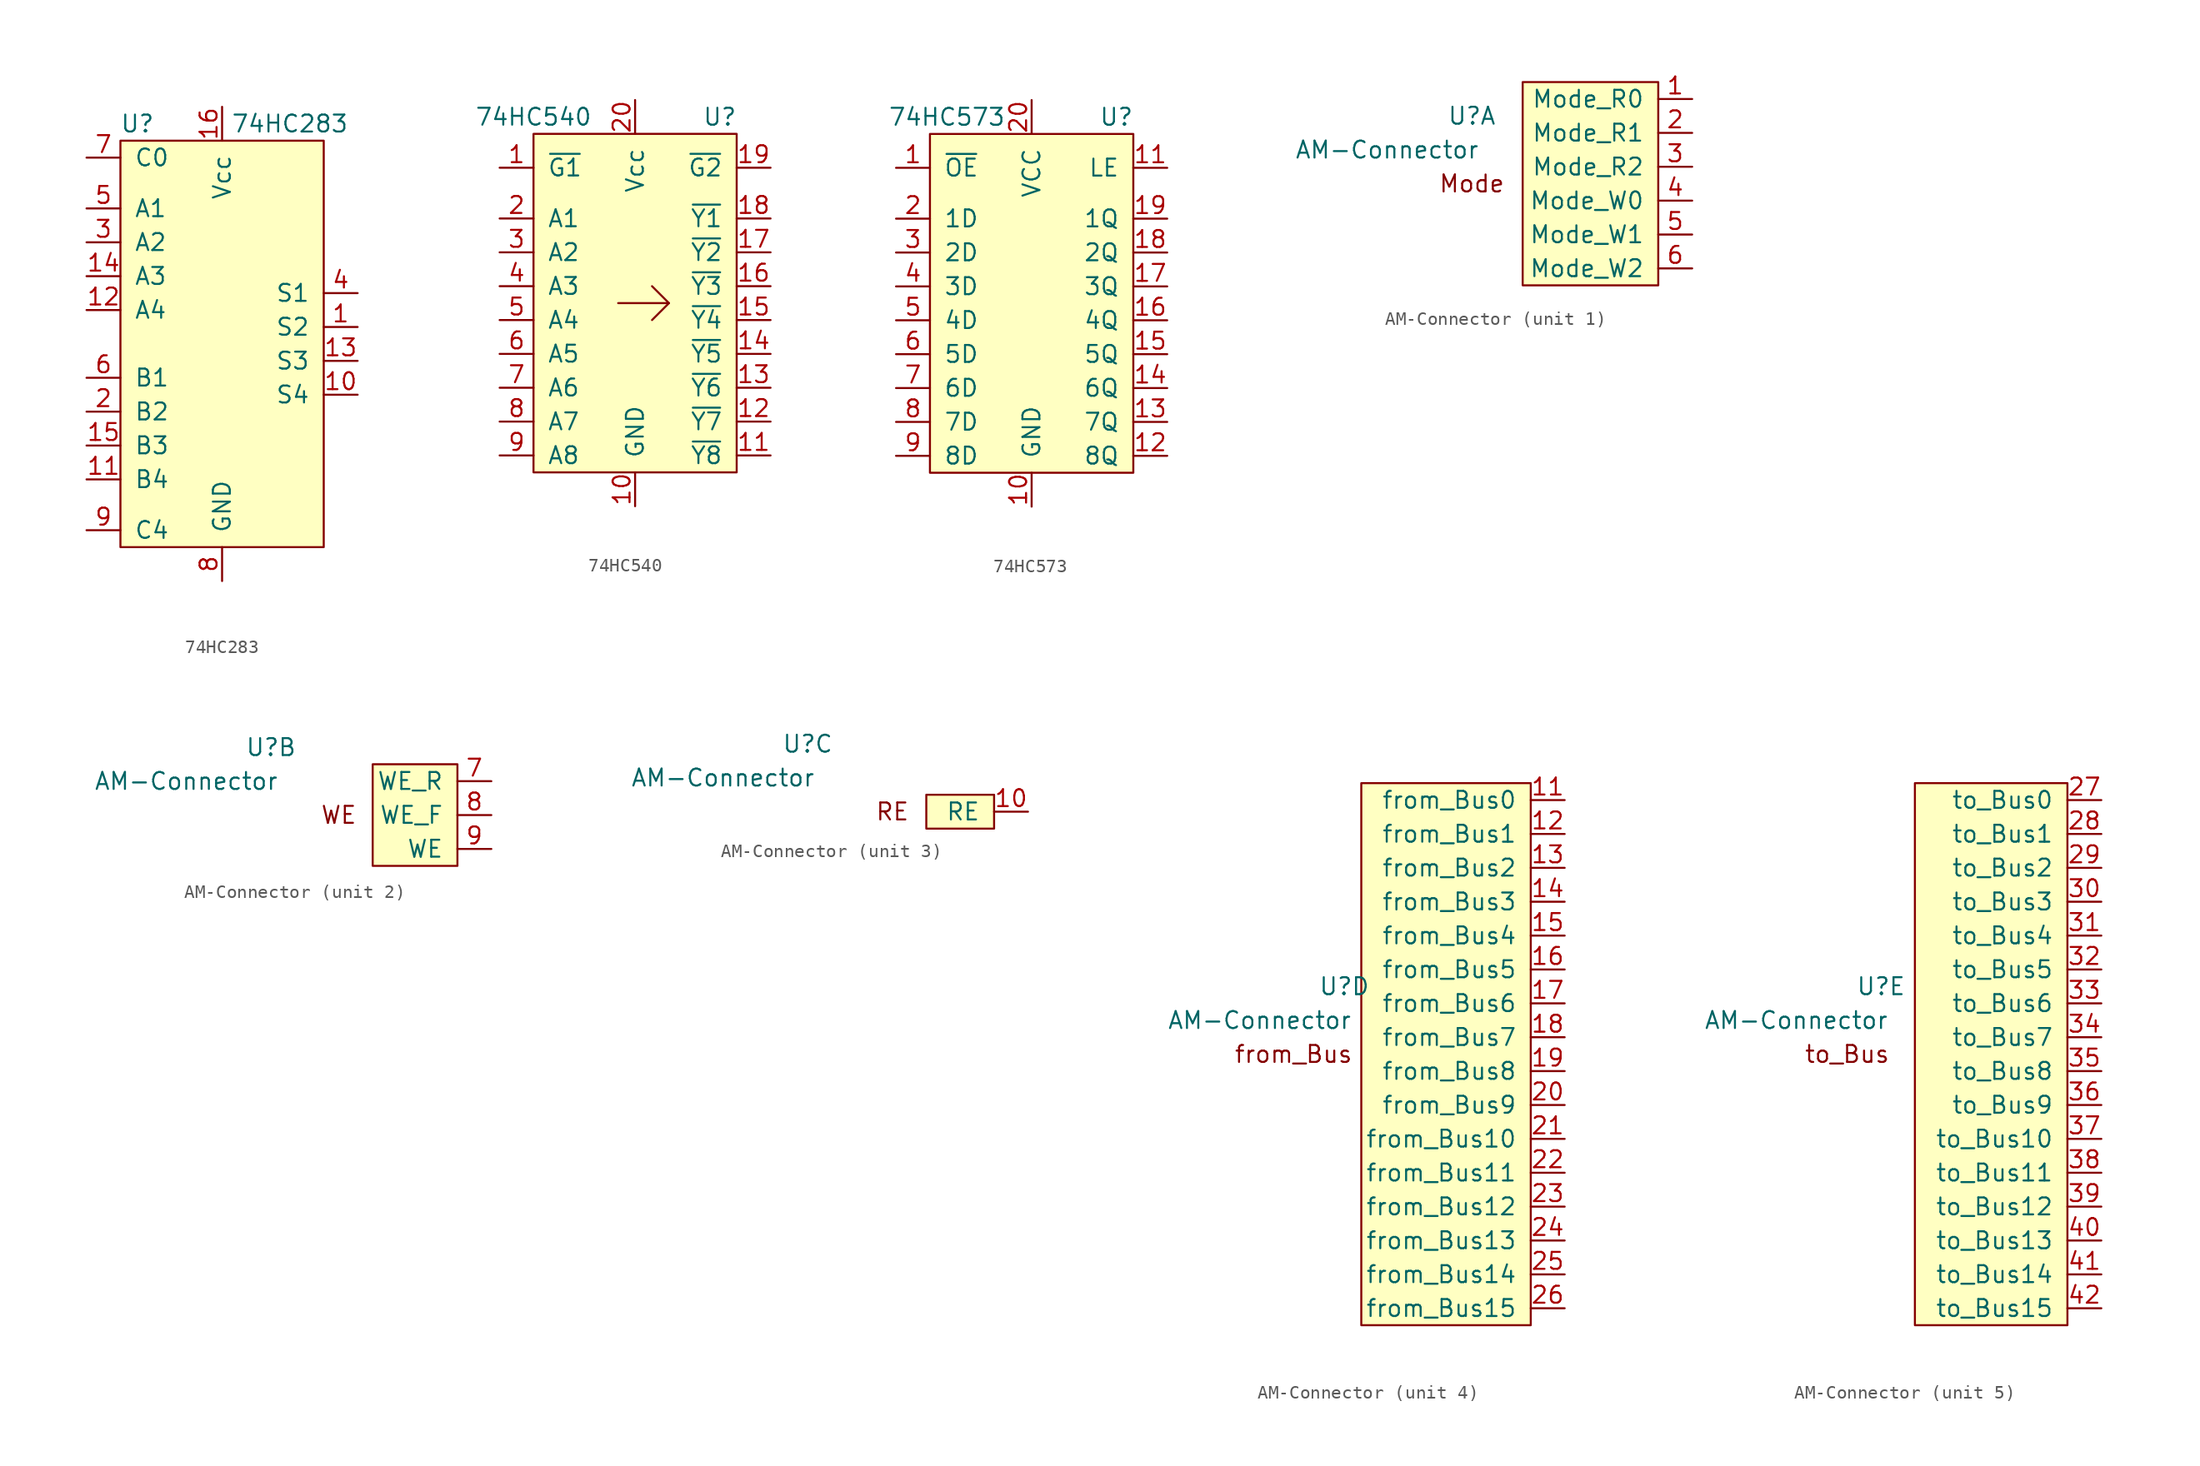
<source format=kicad_sym>
(kicad_symbol_lib
  (version 20211014)
  (generator kicad_symbol_editor)
  (symbol "74HC283"
    (pin_names
      (offset 1.016))
    (property "Reference" "U"
      (at -6.35 16.51 0)
      (effects (font (size 1.27 1.27))))
    (property "Value" "74HC283"
      (at 5.08 16.51 0)
      (effects (font (size 1.27 1.27))))
    (symbol "74HC283_0_0"
      (pin output line (at 10.16 1.27 180) (length 2.54) (name "S2" (effects (font (size 1.27 1.27)))) (number "1" (effects (font (size 1.27 1.27)))))
      (pin output line (at 10.16 -3.81 180) (length 2.54) (name "S4" (effects (font (size 1.27 1.27)))) (number "10" (effects (font (size 1.27 1.27)))))
      (pin input line (at -10.16 -10.16 0) (length 2.54) (name "B4" (effects (font (size 1.27 1.27)))) (number "11" (effects (font (size 1.27 1.27)))))
      (pin input line (at -10.16 2.54 0) (length 2.54) (name "A4" (effects (font (size 1.27 1.27)))) (number "12" (effects (font (size 1.27 1.27)))))
      (pin output line (at 10.16 -1.27 180) (length 2.54) (name "S3" (effects (font (size 1.27 1.27)))) (number "13" (effects (font (size 1.27 1.27)))))
      (pin input line (at -10.16 5.08 0) (length 2.54) (name "A3" (effects (font (size 1.27 1.27)))) (number "14" (effects (font (size 1.27 1.27)))))
      (pin input line (at -10.16 -7.62 0) (length 2.54) (name "B3" (effects (font (size 1.27 1.27)))) (number "15" (effects (font (size 1.27 1.27)))))
      (pin power_in line (at 0 17.78 270) (length 2.54) (name "Vcc" (effects (font (size 1.27 1.27)))) (number "16" (effects (font (size 1.27 1.27)))))
      (pin input line (at -10.16 -5.08 0) (length 2.54) (name "B2" (effects (font (size 1.27 1.27)))) (number "2" (effects (font (size 1.27 1.27)))))
      (pin input line (at -10.16 7.62 0) (length 2.54) (name "A2" (effects (font (size 1.27 1.27)))) (number "3" (effects (font (size 1.27 1.27)))))
      (pin output line (at 10.16 3.81 180) (length 2.54) (name "S1" (effects (font (size 1.27 1.27)))) (number "4" (effects (font (size 1.27 1.27)))))
      (pin input line (at -10.16 10.16 0) (length 2.54) (name "A1" (effects (font (size 1.27 1.27)))) (number "5" (effects (font (size 1.27 1.27)))))
      (pin input line (at -10.16 -2.54 0) (length 2.54) (name "B1" (effects (font (size 1.27 1.27)))) (number "6" (effects (font (size 1.27 1.27)))))
      (pin input line (at -10.16 13.97 0) (length 2.54) (name "C0" (effects (font (size 1.27 1.27)))) (number "7" (effects (font (size 1.27 1.27)))))
      (pin power_in line (at 0 -17.78 90) (length 2.54) (name "GND" (effects (font (size 1.27 1.27)))) (number "8" (effects (font (size 1.27 1.27)))))
      (pin output line (at -10.16 -13.97 0) (length 2.54) (name "C4" (effects (font (size 1.27 1.27)))) (number "9" (effects (font (size 1.27 1.27))))))
    (symbol "74HC283_0_1"
      (rectangle (start -7.62 15.24) (end 7.62 -15.24) (stroke (width 0) (type default) (color 0 0 0 0)) (fill (type background)))))
  (symbol "74HC540"
    (pin_names
      (offset 1.016))
    (property "Reference" "U"
      (at 6.35 16.51 0)
      (effects (font (size 1.27 1.27))))
    (property "Value" "74HC540"
      (at -7.62 16.51 0)
      (effects (font (size 1.27 1.27))))
    (symbol "74HC540_0_1"
      (rectangle (start -7.62 -10.16) (end 7.62 15.24) (stroke (width 0) (type default) (color 0 0 0 0)) (fill (type background)))
      (polyline (pts (xy 2.54 2.54) (xy 1.27 1.27)) (stroke (width 0) (type default) (color 0 0 0 0)) (fill (type none)))
      (polyline (pts (xy -1.27 2.54) (xy 2.54 2.54) (xy 1.27 3.81)) (stroke (width 0) (type default) (color 0 0 0 0)) (fill (type none))))
    (symbol "74HC540_1_1"
      (pin input line (at -10.16 12.7 0) (length 2.54) (name "~{G1}" (effects (font (size 1.27 1.27)))) (number "1" (effects (font (size 1.27 1.27)))))
      (pin power_in line (at 0 -12.7 90) (length 2.54) (name "GND" (effects (font (size 1.27 1.27)))) (number "10" (effects (font (size 1.27 1.27)))))
      (pin tri_state line (at 10.16 -8.89 180) (length 2.54) (name "~{Y8}" (effects (font (size 1.27 1.27)))) (number "11" (effects (font (size 1.27 1.27)))))
      (pin tri_state line (at 10.16 -6.35 180) (length 2.54) (name "~{Y7}" (effects (font (size 1.27 1.27)))) (number "12" (effects (font (size 1.27 1.27)))))
      (pin tri_state line (at 10.16 -3.81 180) (length 2.54) (name "~{Y6}" (effects (font (size 1.27 1.27)))) (number "13" (effects (font (size 1.27 1.27)))))
      (pin tri_state line (at 10.16 -1.27 180) (length 2.54) (name "~{Y5}" (effects (font (size 1.27 1.27)))) (number "14" (effects (font (size 1.27 1.27)))))
      (pin tri_state line (at 10.16 1.27 180) (length 2.54) (name "~{Y4}" (effects (font (size 1.27 1.27)))) (number "15" (effects (font (size 1.27 1.27)))))
      (pin tri_state line (at 10.16 3.81 180) (length 2.54) (name "~{Y3}" (effects (font (size 1.27 1.27)))) (number "16" (effects (font (size 1.27 1.27)))))
      (pin tri_state line (at 10.16 6.35 180) (length 2.54) (name "~{Y2}" (effects (font (size 1.27 1.27)))) (number "17" (effects (font (size 1.27 1.27)))))
      (pin tri_state line (at 10.16 8.89 180) (length 2.54) (name "~{Y1}" (effects (font (size 1.27 1.27)))) (number "18" (effects (font (size 1.27 1.27)))))
      (pin input line (at 10.16 12.7 180) (length 2.54) (name "~{G2}" (effects (font (size 1.27 1.27)))) (number "19" (effects (font (size 1.27 1.27)))))
      (pin input line (at -10.16 8.89 0) (length 2.54) (name "A1" (effects (font (size 1.27 1.27)))) (number "2" (effects (font (size 1.27 1.27)))))
      (pin power_in line (at 0 17.78 270) (length 2.54) (name "Vcc" (effects (font (size 1.27 1.27)))) (number "20" (effects (font (size 1.27 1.27)))))
      (pin input line (at -10.16 6.35 0) (length 2.54) (name "A2" (effects (font (size 1.27 1.27)))) (number "3" (effects (font (size 1.27 1.27)))))
      (pin input line (at -10.16 3.81 0) (length 2.54) (name "A3" (effects (font (size 1.27 1.27)))) (number "4" (effects (font (size 1.27 1.27)))))
      (pin input line (at -10.16 1.27 0) (length 2.54) (name "A4" (effects (font (size 1.27 1.27)))) (number "5" (effects (font (size 1.27 1.27)))))
      (pin input line (at -10.16 -1.27 0) (length 2.54) (name "A5" (effects (font (size 1.27 1.27)))) (number "6" (effects (font (size 1.27 1.27)))))
      (pin input line (at -10.16 -3.81 0) (length 2.54) (name "A6" (effects (font (size 1.27 1.27)))) (number "7" (effects (font (size 1.27 1.27)))))
      (pin input line (at -10.16 -6.35 0) (length 2.54) (name "A7" (effects (font (size 1.27 1.27)))) (number "8" (effects (font (size 1.27 1.27)))))
      (pin input line (at -10.16 -8.89 0) (length 2.54) (name "A8" (effects (font (size 1.27 1.27)))) (number "9" (effects (font (size 1.27 1.27)))))))
  (symbol "74HC573"
    (pin_names
      (offset 1.016))
    (property "Reference" "U"
      (at 6.35 16.51 0)
      (effects (font (size 1.27 1.27))))
    (property "Value" "74HC573"
      (at -6.35 16.51 0)
      (effects (font (size 1.27 1.27))))
    (symbol "74HC573_0_1"
      (rectangle (start -7.62 -10.16) (end 7.62 15.24) (stroke (width 0) (type default) (color 0 0 0 0)) (fill (type background))))
    (symbol "74HC573_1_1"
      (pin input line (at -10.16 12.7 0) (length 2.54) (name "~{OE}" (effects (font (size 1.27 1.27)))) (number "1" (effects (font (size 1.27 1.27)))))
      (pin power_in line (at 0 -12.7 90) (length 2.54) (name "GND" (effects (font (size 1.27 1.27)))) (number "10" (effects (font (size 1.27 1.27)))))
      (pin input line (at 10.16 12.7 180) (length 2.54) (name "LE" (effects (font (size 1.27 1.27)))) (number "11" (effects (font (size 1.27 1.27)))))
      (pin tri_state line (at 10.16 -8.89 180) (length 2.54) (name "8Q" (effects (font (size 1.27 1.27)))) (number "12" (effects (font (size 1.27 1.27)))))
      (pin tri_state line (at 10.16 -6.35 180) (length 2.54) (name "7Q" (effects (font (size 1.27 1.27)))) (number "13" (effects (font (size 1.27 1.27)))))
      (pin tri_state line (at 10.16 -3.81 180) (length 2.54) (name "6Q" (effects (font (size 1.27 1.27)))) (number "14" (effects (font (size 1.27 1.27)))))
      (pin tri_state line (at 10.16 -1.27 180) (length 2.54) (name "5Q" (effects (font (size 1.27 1.27)))) (number "15" (effects (font (size 1.27 1.27)))))
      (pin tri_state line (at 10.16 1.27 180) (length 2.54) (name "4Q" (effects (font (size 1.27 1.27)))) (number "16" (effects (font (size 1.27 1.27)))))
      (pin tri_state line (at 10.16 3.81 180) (length 2.54) (name "3Q" (effects (font (size 1.27 1.27)))) (number "17" (effects (font (size 1.27 1.27)))))
      (pin tri_state line (at 10.16 6.35 180) (length 2.54) (name "2Q" (effects (font (size 1.27 1.27)))) (number "18" (effects (font (size 1.27 1.27)))))
      (pin tri_state line (at 10.16 8.89 180) (length 2.54) (name "1Q" (effects (font (size 1.27 1.27)))) (number "19" (effects (font (size 1.27 1.27)))))
      (pin input line (at -10.16 8.89 0) (length 2.54) (name "1D" (effects (font (size 1.27 1.27)))) (number "2" (effects (font (size 1.27 1.27)))))
      (pin power_in line (at 0 17.78 270) (length 2.54) (name "VCC" (effects (font (size 1.27 1.27)))) (number "20" (effects (font (size 1.27 1.27)))))
      (pin input line (at -10.16 6.35 0) (length 2.54) (name "2D" (effects (font (size 1.27 1.27)))) (number "3" (effects (font (size 1.27 1.27)))))
      (pin input line (at -10.16 3.81 0) (length 2.54) (name "3D" (effects (font (size 1.27 1.27)))) (number "4" (effects (font (size 1.27 1.27)))))
      (pin input line (at -10.16 1.27 0) (length 2.54) (name "4D" (effects (font (size 1.27 1.27)))) (number "5" (effects (font (size 1.27 1.27)))))
      (pin input line (at -10.16 -1.27 0) (length 2.54) (name "5D" (effects (font (size 1.27 1.27)))) (number "6" (effects (font (size 1.27 1.27)))))
      (pin input line (at -10.16 -3.81 0) (length 2.54) (name "6D" (effects (font (size 1.27 1.27)))) (number "7" (effects (font (size 1.27 1.27)))))
      (pin input line (at -10.16 -6.35 0) (length 2.54) (name "7D" (effects (font (size 1.27 1.27)))) (number "8" (effects (font (size 1.27 1.27)))))
      (pin input line (at -10.16 -8.89 0) (length 2.54) (name "8D" (effects (font (size 1.27 1.27)))) (number "9" (effects (font (size 1.27 1.27)))))))
  (symbol "AM-Connector"
    (pin_names
      (offset 1.016))
    (property "Reference" "U"
      (at -12.7 5.08 0)
      (effects (font (size 1.27 1.27))))
    (property "Value" "AM-Connector"
      (at -19.05 2.54 0)
      (effects (font (size 1.27 1.27))))
    (property "ki_locked" ""
      (at 0 0 0)
      (effects (font (size 1.27 1.27))))
    (symbol "AM-Connector_1_0"
      (text "Mode" (at -12.7 0 0) (effects (font (size 1.27 1.27))))
      (pin output line (at 3.81 6.35 180) (length 2.54) (name "Mode_R0" (effects (font (size 1.27 1.27)))) (number "1" (effects (font (size 1.27 1.27)))))
      (pin output line (at 3.81 3.81 180) (length 2.54) (name "Mode_R1" (effects (font (size 1.27 1.27)))) (number "2" (effects (font (size 1.27 1.27)))))
      (pin output line (at 3.81 1.27 180) (length 2.54) (name "Mode_R2" (effects (font (size 1.27 1.27)))) (number "3" (effects (font (size 1.27 1.27)))))
      (pin output line (at 3.81 -1.27 180) (length 2.54) (name "Mode_W0" (effects (font (size 1.27 1.27)))) (number "4" (effects (font (size 1.27 1.27)))))
      (pin output line (at 3.81 -3.81 180) (length 2.54) (name "Mode_W1" (effects (font (size 1.27 1.27)))) (number "5" (effects (font (size 1.27 1.27)))))
      (pin output line (at 3.81 -6.35 180) (length 2.54) (name "Mode_W2" (effects (font (size 1.27 1.27)))) (number "6" (effects (font (size 1.27 1.27))))))
    (symbol "AM-Connector_1_1"
      (rectangle (start 1.27 -7.62) (end -8.89 7.62) (stroke (width 0) (type default) (color 0 0 0 0)) (fill (type background))))
    (symbol "AM-Connector_2_0"
      (rectangle (start 1.27 3.81) (end -5.08 -3.81) (stroke (width 0) (type default) (color 0 0 0 0)) (fill (type background)))
      (text "WE" (at -7.62 0 0) (effects (font (size 1.27 1.27))))
      (pin output line (at 3.81 2.54 180) (length 2.54) (name "WE_R" (effects (font (size 1.27 1.27)))) (number "7" (effects (font (size 1.27 1.27)))))
      (pin output line (at 3.81 0 180) (length 2.54) (name "WE_F" (effects (font (size 1.27 1.27)))) (number "8" (effects (font (size 1.27 1.27)))))
      (pin output line (at 3.81 -2.54 180) (length 2.54) (name "WE" (effects (font (size 1.27 1.27)))) (number "9" (effects (font (size 1.27 1.27))))))
    (symbol "AM-Connector_3_0"
      (rectangle (start -3.81 1.27) (end 1.27 -1.27) (stroke (width 0) (type default) (color 0 0 0 0)) (fill (type background)))
      (text "RE" (at -6.35 0 0) (effects (font (size 1.27 1.27))))
      (pin output line (at 3.81 0 180) (length 2.54) (name "RE" (effects (font (size 1.27 1.27)))) (number "10" (effects (font (size 1.27 1.27))))))
    (symbol "AM-Connector_4_0"
      (rectangle (start 1.27 20.32) (end -11.43 -20.32) (stroke (width 0) (type default) (color 0 0 0 0)) (fill (type background)))
      (text "from_Bus" (at -16.51 0 0) (effects (font (size 1.27 1.27))))
      (pin input line (at 3.81 19.05 180) (length 2.54) (name "from_Bus0" (effects (font (size 1.27 1.27)))) (number "11" (effects (font (size 1.27 1.27)))))
      (pin input line (at 3.81 16.51 180) (length 2.54) (name "from_Bus1" (effects (font (size 1.27 1.27)))) (number "12" (effects (font (size 1.27 1.27)))))
      (pin input line (at 3.81 13.97 180) (length 2.54) (name "from_Bus2" (effects (font (size 1.27 1.27)))) (number "13" (effects (font (size 1.27 1.27)))))
      (pin input line (at 3.81 11.43 180) (length 2.54) (name "from_Bus3" (effects (font (size 1.27 1.27)))) (number "14" (effects (font (size 1.27 1.27)))))
      (pin input line (at 3.81 8.89 180) (length 2.54) (name "from_Bus4" (effects (font (size 1.27 1.27)))) (number "15" (effects (font (size 1.27 1.27)))))
      (pin input line (at 3.81 6.35 180) (length 2.54) (name "from_Bus5" (effects (font (size 1.27 1.27)))) (number "16" (effects (font (size 1.27 1.27)))))
      (pin input line (at 3.81 3.81 180) (length 2.54) (name "from_Bus6" (effects (font (size 1.27 1.27)))) (number "17" (effects (font (size 1.27 1.27)))))
      (pin input line (at 3.81 1.27 180) (length 2.54) (name "from_Bus7" (effects (font (size 1.27 1.27)))) (number "18" (effects (font (size 1.27 1.27)))))
      (pin input line (at 3.81 -1.27 180) (length 2.54) (name "from_Bus8" (effects (font (size 1.27 1.27)))) (number "19" (effects (font (size 1.27 1.27)))))
      (pin input line (at 3.81 -3.81 180) (length 2.54) (name "from_Bus9" (effects (font (size 1.27 1.27)))) (number "20" (effects (font (size 1.27 1.27)))))
      (pin input line (at 3.81 -6.35 180) (length 2.54) (name "from_Bus10" (effects (font (size 1.27 1.27)))) (number "21" (effects (font (size 1.27 1.27)))))
      (pin input line (at 3.81 -8.89 180) (length 2.54) (name "from_Bus11" (effects (font (size 1.27 1.27)))) (number "22" (effects (font (size 1.27 1.27)))))
      (pin input line (at 3.81 -11.43 180) (length 2.54) (name "from_Bus12" (effects (font (size 1.27 1.27)))) (number "23" (effects (font (size 1.27 1.27)))))
      (pin input line (at 3.81 -13.97 180) (length 2.54) (name "from_Bus13" (effects (font (size 1.27 1.27)))) (number "24" (effects (font (size 1.27 1.27)))))
      (pin input line (at 3.81 -16.51 180) (length 2.54) (name "from_Bus14" (effects (font (size 1.27 1.27)))) (number "25" (effects (font (size 1.27 1.27)))))
      (pin input line (at 3.81 -19.05 180) (length 2.54) (name "from_Bus15" (effects (font (size 1.27 1.27)))) (number "26" (effects (font (size 1.27 1.27))))))
    (symbol "AM-Connector_5_0"
      (rectangle (start 1.27 20.32) (end -10.16 -20.32) (stroke (width 0) (type default) (color 0 0 0 0)) (fill (type background)))
      (text "to_Bus" (at -15.24 0 0) (effects (font (size 1.27 1.27))))
      (pin output line (at 3.81 19.05 180) (length 2.54) (name "to_Bus0" (effects (font (size 1.27 1.27)))) (number "27" (effects (font (size 1.27 1.27)))))
      (pin output line (at 3.81 16.51 180) (length 2.54) (name "to_Bus1" (effects (font (size 1.27 1.27)))) (number "28" (effects (font (size 1.27 1.27)))))
      (pin output line (at 3.81 13.97 180) (length 2.54) (name "to_Bus2" (effects (font (size 1.27 1.27)))) (number "29" (effects (font (size 1.27 1.27)))))
      (pin output line (at 3.81 11.43 180) (length 2.54) (name "to_Bus3" (effects (font (size 1.27 1.27)))) (number "30" (effects (font (size 1.27 1.27)))))
      (pin output line (at 3.81 8.89 180) (length 2.54) (name "to_Bus4" (effects (font (size 1.27 1.27)))) (number "31" (effects (font (size 1.27 1.27)))))
      (pin output line (at 3.81 6.35 180) (length 2.54) (name "to_Bus5" (effects (font (size 1.27 1.27)))) (number "32" (effects (font (size 1.27 1.27)))))
      (pin output line (at 3.81 3.81 180) (length 2.54) (name "to_Bus6" (effects (font (size 1.27 1.27)))) (number "33" (effects (font (size 1.27 1.27)))))
      (pin output line (at 3.81 1.27 180) (length 2.54) (name "to_Bus7" (effects (font (size 1.27 1.27)))) (number "34" (effects (font (size 1.27 1.27)))))
      (pin output line (at 3.81 -1.27 180) (length 2.54) (name "to_Bus8" (effects (font (size 1.27 1.27)))) (number "35" (effects (font (size 1.27 1.27)))))
      (pin output line (at 3.81 -3.81 180) (length 2.54) (name "to_Bus9" (effects (font (size 1.27 1.27)))) (number "36" (effects (font (size 1.27 1.27)))))
      (pin output line (at 3.81 -6.35 180) (length 2.54) (name "to_Bus10" (effects (font (size 1.27 1.27)))) (number "37" (effects (font (size 1.27 1.27)))))
      (pin output line (at 3.81 -8.89 180) (length 2.54) (name "to_Bus11" (effects (font (size 1.27 1.27)))) (number "38" (effects (font (size 1.27 1.27)))))
      (pin output line (at 3.81 -11.43 180) (length 2.54) (name "to_Bus12" (effects (font (size 1.27 1.27)))) (number "39" (effects (font (size 1.27 1.27)))))
      (pin output line (at 3.81 -13.97 180) (length 2.54) (name "to_Bus13" (effects (font (size 1.27 1.27)))) (number "40" (effects (font (size 1.27 1.27)))))
      (pin output line (at 3.81 -16.51 180) (length 2.54) (name "to_Bus14" (effects (font (size 1.27 1.27)))) (number "41" (effects (font (size 1.27 1.27)))))
      (pin output line (at 3.81 -19.05 180) (length 2.54) (name "to_Bus15" (effects (font (size 1.27 1.27)))) (number "42" (effects (font (size 1.27 1.27))))))))
</source>
